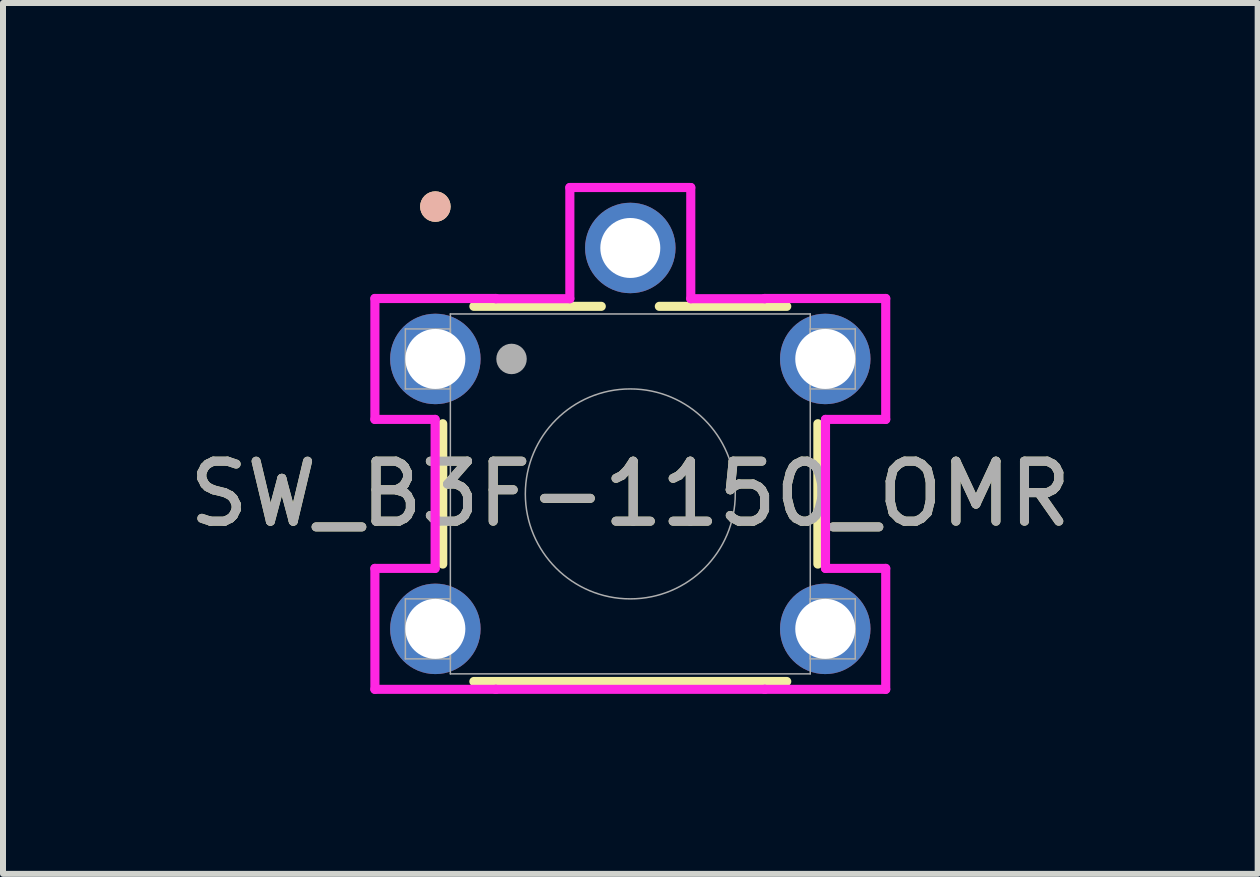
<source format=kicad_pcb>
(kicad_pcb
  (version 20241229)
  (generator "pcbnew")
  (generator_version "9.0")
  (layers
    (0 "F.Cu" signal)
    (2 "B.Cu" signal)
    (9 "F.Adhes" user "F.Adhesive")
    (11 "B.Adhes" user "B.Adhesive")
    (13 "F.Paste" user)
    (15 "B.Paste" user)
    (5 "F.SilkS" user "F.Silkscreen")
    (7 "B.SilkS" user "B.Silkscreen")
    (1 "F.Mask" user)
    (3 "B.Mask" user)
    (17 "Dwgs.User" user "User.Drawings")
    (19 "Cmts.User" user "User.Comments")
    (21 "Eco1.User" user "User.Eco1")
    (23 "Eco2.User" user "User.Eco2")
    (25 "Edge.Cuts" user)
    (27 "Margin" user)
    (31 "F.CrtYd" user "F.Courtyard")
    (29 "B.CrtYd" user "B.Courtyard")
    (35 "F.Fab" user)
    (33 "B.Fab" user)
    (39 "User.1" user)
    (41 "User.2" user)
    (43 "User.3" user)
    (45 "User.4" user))
  (footprint "SW_B3F-1150_OMR"
    (layer "F.Cu")
    (at 4.208 2.934)
    (property "Reference" "SW_B3F-1150_OMR" (at 3.25 2.25 0) (unlocked yes) (layer "F.SilkS") (effects (font (size 1 1) (thickness 0.15))))
    (attr through_hole)
    (fp_line (start 0.123 1.08) (end 0.123 3.42) (stroke (width 0.152) (type solid)) (layer "F.SilkS"))
    (fp_line (start 0.642 5.377) (end 5.858 5.377) (stroke (width 0.152) (type solid)) (layer "F.SilkS"))
    (fp_line (start 2.766 -0.877) (end 0.642 -0.877) (stroke (width 0.152) (type solid)) (layer "F.SilkS"))
    (fp_line (start 5.858 -0.877) (end 3.734 -0.877) (stroke (width 0.152) (type solid)) (layer "F.SilkS"))
    (fp_line (start 6.377 3.42) (end 6.377 1.08) (stroke (width 0.152) (type solid)) (layer "F.SilkS"))
    (fp_circle (center 0 -2.54) (end 0.127 -2.54) (stroke (width 0.254) (type solid)) (fill no) (layer "F.SilkS"))
    (fp_circle (center 0 -2.54) (end 0.127 -2.54) (stroke (width 0.254) (type solid)) (fill no) (layer "B.SilkS"))
    (fp_line (start -1.008 -1.008) (end -1.008 1.008) (stroke (width 0.152) (type solid)) (layer "F.CrtYd"))
    (fp_line (start -1.008 1.008) (end -0.004 1.008) (stroke (width 0.152) (type solid)) (layer "F.CrtYd"))
    (fp_line (start -1.008 3.492) (end -1.008 5.508) (stroke (width 0.152) (type solid)) (layer "F.CrtYd"))
    (fp_line (start -1.008 5.508) (end 1.008 5.508) (stroke (width 0.152) (type solid)) (layer "F.CrtYd"))
    (fp_line (start -0.004 1.008) (end -0.004 3.492) (stroke (width 0.152) (type solid)) (layer "F.CrtYd"))
    (fp_line (start -0.004 3.492) (end -1.008 3.492) (stroke (width 0.152) (type solid)) (layer "F.CrtYd"))
    (fp_line (start 1.008 -1.008) (end -1.008 -1.008) (stroke (width 0.152) (type solid)) (layer "F.CrtYd"))
    (fp_line (start 1.008 -1.004) (end 1.008 -1.008) (stroke (width 0.152) (type solid)) (layer "F.CrtYd"))
    (fp_line (start 1.008 5.508) (end 1.008 5.508) (stroke (width 0.152) (type solid)) (layer "F.CrtYd"))
    (fp_line (start 1.008 5.508) (end 5.492 5.508) (stroke (width 0.152) (type solid)) (layer "F.CrtYd"))
    (fp_line (start 2.242 -2.858) (end 2.242 -1.004) (stroke (width 0.152) (type solid)) (layer "F.CrtYd"))
    (fp_line (start 2.242 -1.004) (end 1.008 -1.004) (stroke (width 0.152) (type solid)) (layer "F.CrtYd"))
    (fp_line (start 4.258 -2.858) (end 2.242 -2.858) (stroke (width 0.152) (type solid)) (layer "F.CrtYd"))
    (fp_line (start 4.258 -1.004) (end 4.258 -2.858) (stroke (width 0.152) (type solid)) (layer "F.CrtYd"))
    (fp_line (start 5.492 -1.008) (end 5.492 -1.004) (stroke (width 0.152) (type solid)) (layer "F.CrtYd"))
    (fp_line (start 5.492 -1.004) (end 4.258 -1.004) (stroke (width 0.152) (type solid)) (layer "F.CrtYd"))
    (fp_line (start 5.492 5.508) (end 5.492 5.508) (stroke (width 0.152) (type solid)) (layer "F.CrtYd"))
    (fp_line (start 5.492 5.508) (end 7.508 5.508) (stroke (width 0.152) (type solid)) (layer "F.CrtYd"))
    (fp_line (start 6.504 1.008) (end 7.508 1.008) (stroke (width 0.152) (type solid)) (layer "F.CrtYd"))
    (fp_line (start 6.504 3.492) (end 6.504 1.008) (stroke (width 0.152) (type solid)) (layer "F.CrtYd"))
    (fp_line (start 7.508 -1.008) (end 5.492 -1.008) (stroke (width 0.152) (type solid)) (layer "F.CrtYd"))
    (fp_line (start 7.508 1.008) (end 7.508 -1.008) (stroke (width 0.152) (type solid)) (layer "F.CrtYd"))
    (fp_line (start 7.508 3.492) (end 6.504 3.492) (stroke (width 0.152) (type solid)) (layer "F.CrtYd"))
    (fp_line (start 7.508 5.508) (end 7.508 3.492) (stroke (width 0.152) (type solid)) (layer "F.CrtYd"))
    (fp_line (start -0.5 -0.5) (end -0.5 0.5) (stroke (width 0.025) (type solid)) (layer "F.Fab"))
    (fp_line (start -0.5 0.5) (end 0.25 0.5) (stroke (width 0.025) (type solid)) (layer "F.Fab"))
    (fp_line (start -0.5 4) (end -0.5 5) (stroke (width 0.025) (type solid)) (layer "F.Fab"))
    (fp_line (start -0.5 5) (end 0.25 5) (stroke (width 0.025) (type solid)) (layer "F.Fab"))
    (fp_line (start 0.25 -0.75) (end 0.25 5.25) (stroke (width 0.025) (type solid)) (layer "F.Fab"))
    (fp_line (start 0.25 5.25) (end 6.25 5.25) (stroke (width 0.025) (type solid)) (layer "F.Fab"))
    (fp_line (start 0.25 -0.5) (end -0.5 -0.5) (stroke (width 0.025) (type solid)) (layer "F.Fab"))
    (fp_line (start 0.25 0.5) (end 0.25 -0.5) (stroke (width 0.025) (type solid)) (layer "F.Fab"))
    (fp_line (start 0.25 4) (end -0.5 4) (stroke (width 0.025) (type solid)) (layer "F.Fab"))
    (fp_line (start 0.25 5) (end 0.25 4) (stroke (width 0.025) (type solid)) (layer "F.Fab"))
    (fp_line (start 6.25 -0.5) (end 6.25 0.5) (stroke (width 0.025) (type solid)) (layer "F.Fab"))
    (fp_line (start 6.25 0.5) (end 7 0.5) (stroke (width 0.025) (type solid)) (layer "F.Fab"))
    (fp_line (start 6.25 4) (end 6.25 5) (stroke (width 0.025) (type solid)) (layer "F.Fab"))
    (fp_line (start 6.25 5) (end 7 5) (stroke (width 0.025) (type solid)) (layer "F.Fab"))
    (fp_line (start 6.25 -0.75) (end 0.25 -0.75) (stroke (width 0.025) (type solid)) (layer "F.Fab"))
    (fp_line (start 6.25 5.25) (end 6.25 -0.75) (stroke (width 0.025) (type solid)) (layer "F.Fab"))
    (fp_line (start 7 -0.5) (end 6.25 -0.5) (stroke (width 0.025) (type solid)) (layer "F.Fab"))
    (fp_line (start 7 0.5) (end 7 -0.5) (stroke (width 0.025) (type solid)) (layer "F.Fab"))
    (fp_line (start 7 4) (end 6.25 4) (stroke (width 0.025) (type solid)) (layer "F.Fab"))
    (fp_line (start 7 5) (end 7 4) (stroke (width 0.025) (type solid)) (layer "F.Fab"))
    (fp_circle (center 1.27 0) (end 1.397 0) (stroke (width 0.254) (type solid)) (fill no) (layer "F.Fab"))
    (fp_circle (center 3.25 2.25) (end 5 2.25) (stroke (width 0.025) (type solid)) (fill no) (layer "F.Fab"))
    (fp_text user "${REFERENCE}" (at 3.25 2.25 0) (unlocked yes) (layer "F.Fab") (effects (font (size 1 1) (thickness 0.15))))
    (pad "1" thru_hole circle (at 0 0) (size 1.508 1.508) (drill 1) (layers "*.Cu" "*.Mask"))
    (pad "2" thru_hole circle (at 6.5 0) (size 1.508 1.508) (drill 1) (layers "*.Cu" "*.Mask"))
    (pad "3" thru_hole circle (at 0 4.5) (size 1.508 1.508) (drill 1) (layers "*.Cu" "*.Mask"))
    (pad "4" thru_hole circle (at 6.5 4.5) (size 1.508 1.508) (drill 1) (layers "*.Cu" "*.Mask"))
    (pad "5" thru_hole circle (at 3.25 -1.85) (size 1.508 1.508) (drill 1) (layers "*.Cu" "*.Mask")))
  (gr_rect
    (start -3 -3)
    (end 17.917 11.518)
    (stroke (width 0.1) (type default))
    (fill no)
    (layer "Edge.Cuts")))
</source>
